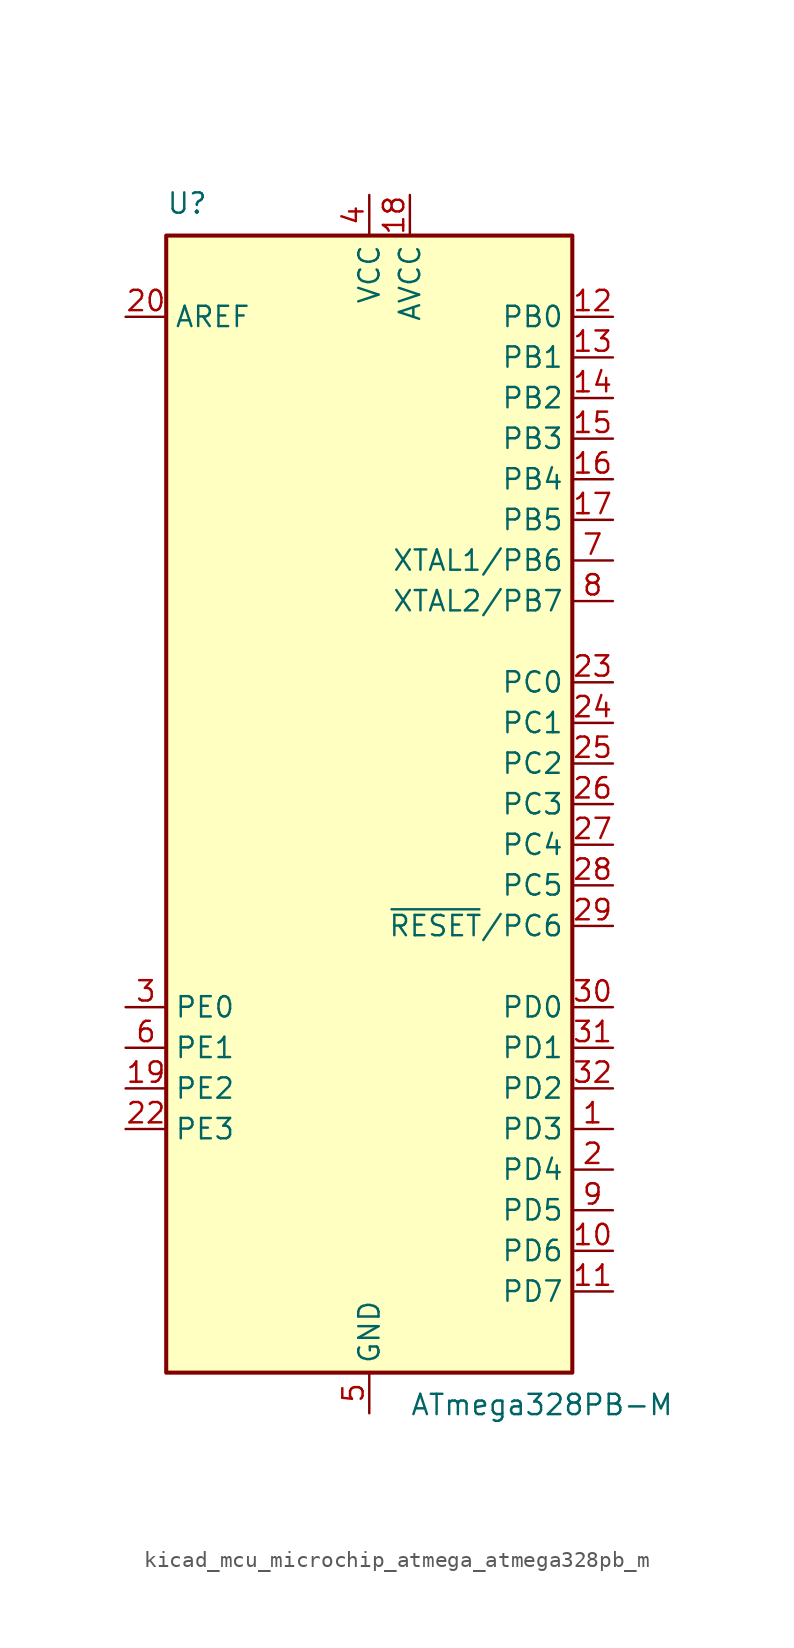
<source format=kicad_sym>
(kicad_symbol_lib
  (version 20220914)
  (generator kicad_symbol_editor)
  (symbol "kicad_mcu_microchip_atmega_atmega328pb_m"
    (property "Reference" "U"
      (at -12.7 36.83 0)
      (effects (font (size 1.27 1.27)) (justify left bottom)))
    (property "Value" "ATmega328PB-M"
      (at 2.54 -36.83 0)
      (effects (font (size 1.27 1.27)) (justify left top)))
    (symbol "kicad_mcu_microchip_atmega_atmega328pb_m_0_1"
      (rectangle (start -12.7 -35.56) (end 12.7 35.56) (stroke (width 0.254) (type default)) (fill (type background))))
    (symbol "kicad_mcu_microchip_atmega_atmega328pb_m_1_1"
      (pin bidirectional line (at 15.24 -20.32 180) (length 2.54) (name "PD3" (effects (font (size 1.27 1.27)))) (number "1" (effects (font (size 1.27 1.27)))))
      (pin bidirectional line (at 15.24 -27.94 180) (length 2.54) (name "PD6" (effects (font (size 1.27 1.27)))) (number "10" (effects (font (size 1.27 1.27)))))
      (pin bidirectional line (at 15.24 -30.48 180) (length 2.54) (name "PD7" (effects (font (size 1.27 1.27)))) (number "11" (effects (font (size 1.27 1.27)))))
      (pin bidirectional line (at 15.24 30.48 180) (length 2.54) (name "PB0" (effects (font (size 1.27 1.27)))) (number "12" (effects (font (size 1.27 1.27)))))
      (pin bidirectional line (at 15.24 27.94 180) (length 2.54) (name "PB1" (effects (font (size 1.27 1.27)))) (number "13" (effects (font (size 1.27 1.27)))))
      (pin bidirectional line (at 15.24 25.4 180) (length 2.54) (name "PB2" (effects (font (size 1.27 1.27)))) (number "14" (effects (font (size 1.27 1.27)))))
      (pin bidirectional line (at 15.24 22.86 180) (length 2.54) (name "PB3" (effects (font (size 1.27 1.27)))) (number "15" (effects (font (size 1.27 1.27)))))
      (pin bidirectional line (at 15.24 20.32 180) (length 2.54) (name "PB4" (effects (font (size 1.27 1.27)))) (number "16" (effects (font (size 1.27 1.27)))))
      (pin bidirectional line (at 15.24 17.78 180) (length 2.54) (name "PB5" (effects (font (size 1.27 1.27)))) (number "17" (effects (font (size 1.27 1.27)))))
      (pin power_in line (at 2.54 38.1 270) (length 2.54) (name "AVCC" (effects (font (size 1.27 1.27)))) (number "18" (effects (font (size 1.27 1.27)))))
      (pin bidirectional line (at -15.24 -17.78 0) (length 2.54) (name "PE2" (effects (font (size 1.27 1.27)))) (number "19" (effects (font (size 1.27 1.27)))))
      (pin bidirectional line (at 15.24 -22.86 180) (length 2.54) (name "PD4" (effects (font (size 1.27 1.27)))) (number "2" (effects (font (size 1.27 1.27)))))
      (pin passive line (at -15.24 30.48 0) (length 2.54) (name "AREF" (effects (font (size 1.27 1.27)))) (number "20" (effects (font (size 1.27 1.27)))))
      (pin passive line (at 0 -38.1 90) (length 2.54) hide (name "GND" (effects (font (size 1.27 1.27)))) (number "21" (effects (font (size 1.27 1.27)))))
      (pin bidirectional line (at -15.24 -20.32 0) (length 2.54) (name "PE3" (effects (font (size 1.27 1.27)))) (number "22" (effects (font (size 1.27 1.27)))))
      (pin bidirectional line (at 15.24 7.62 180) (length 2.54) (name "PC0" (effects (font (size 1.27 1.27)))) (number "23" (effects (font (size 1.27 1.27)))))
      (pin bidirectional line (at 15.24 5.08 180) (length 2.54) (name "PC1" (effects (font (size 1.27 1.27)))) (number "24" (effects (font (size 1.27 1.27)))))
      (pin bidirectional line (at 15.24 2.54 180) (length 2.54) (name "PC2" (effects (font (size 1.27 1.27)))) (number "25" (effects (font (size 1.27 1.27)))))
      (pin bidirectional line (at 15.24 0 180) (length 2.54) (name "PC3" (effects (font (size 1.27 1.27)))) (number "26" (effects (font (size 1.27 1.27)))))
      (pin bidirectional line (at 15.24 -2.54 180) (length 2.54) (name "PC4" (effects (font (size 1.27 1.27)))) (number "27" (effects (font (size 1.27 1.27)))))
      (pin bidirectional line (at 15.24 -5.08 180) (length 2.54) (name "PC5" (effects (font (size 1.27 1.27)))) (number "28" (effects (font (size 1.27 1.27)))))
      (pin bidirectional line (at 15.24 -7.62 180) (length 2.54) (name "~{RESET}/PC6" (effects (font (size 1.27 1.27)))) (number "29" (effects (font (size 1.27 1.27)))))
      (pin bidirectional line (at -15.24 -12.7 0) (length 2.54) (name "PE0" (effects (font (size 1.27 1.27)))) (number "3" (effects (font (size 1.27 1.27)))))
      (pin bidirectional line (at 15.24 -12.7 180) (length 2.54) (name "PD0" (effects (font (size 1.27 1.27)))) (number "30" (effects (font (size 1.27 1.27)))))
      (pin bidirectional line (at 15.24 -15.24 180) (length 2.54) (name "PD1" (effects (font (size 1.27 1.27)))) (number "31" (effects (font (size 1.27 1.27)))))
      (pin bidirectional line (at 15.24 -17.78 180) (length 2.54) (name "PD2" (effects (font (size 1.27 1.27)))) (number "32" (effects (font (size 1.27 1.27)))))
      (pin passive line (at 0 -38.1 90) (length 2.54) hide (name "GND" (effects (font (size 1.27 1.27)))) (number "33" (effects (font (size 1.27 1.27)))))
      (pin power_in line (at 0 38.1 270) (length 2.54) (name "VCC" (effects (font (size 1.27 1.27)))) (number "4" (effects (font (size 1.27 1.27)))))
      (pin power_in line (at 0 -38.1 90) (length 2.54) (name "GND" (effects (font (size 1.27 1.27)))) (number "5" (effects (font (size 1.27 1.27)))))
      (pin bidirectional line (at -15.24 -15.24 0) (length 2.54) (name "PE1" (effects (font (size 1.27 1.27)))) (number "6" (effects (font (size 1.27 1.27)))))
      (pin bidirectional line (at 15.24 15.24 180) (length 2.54) (name "XTAL1/PB6" (effects (font (size 1.27 1.27)))) (number "7" (effects (font (size 1.27 1.27)))))
      (pin bidirectional line (at 15.24 12.7 180) (length 2.54) (name "XTAL2/PB7" (effects (font (size 1.27 1.27)))) (number "8" (effects (font (size 1.27 1.27)))))
      (pin bidirectional line (at 15.24 -25.4 180) (length 2.54) (name "PD5" (effects (font (size 1.27 1.27)))) (number "9" (effects (font (size 1.27 1.27))))))))
</source>
